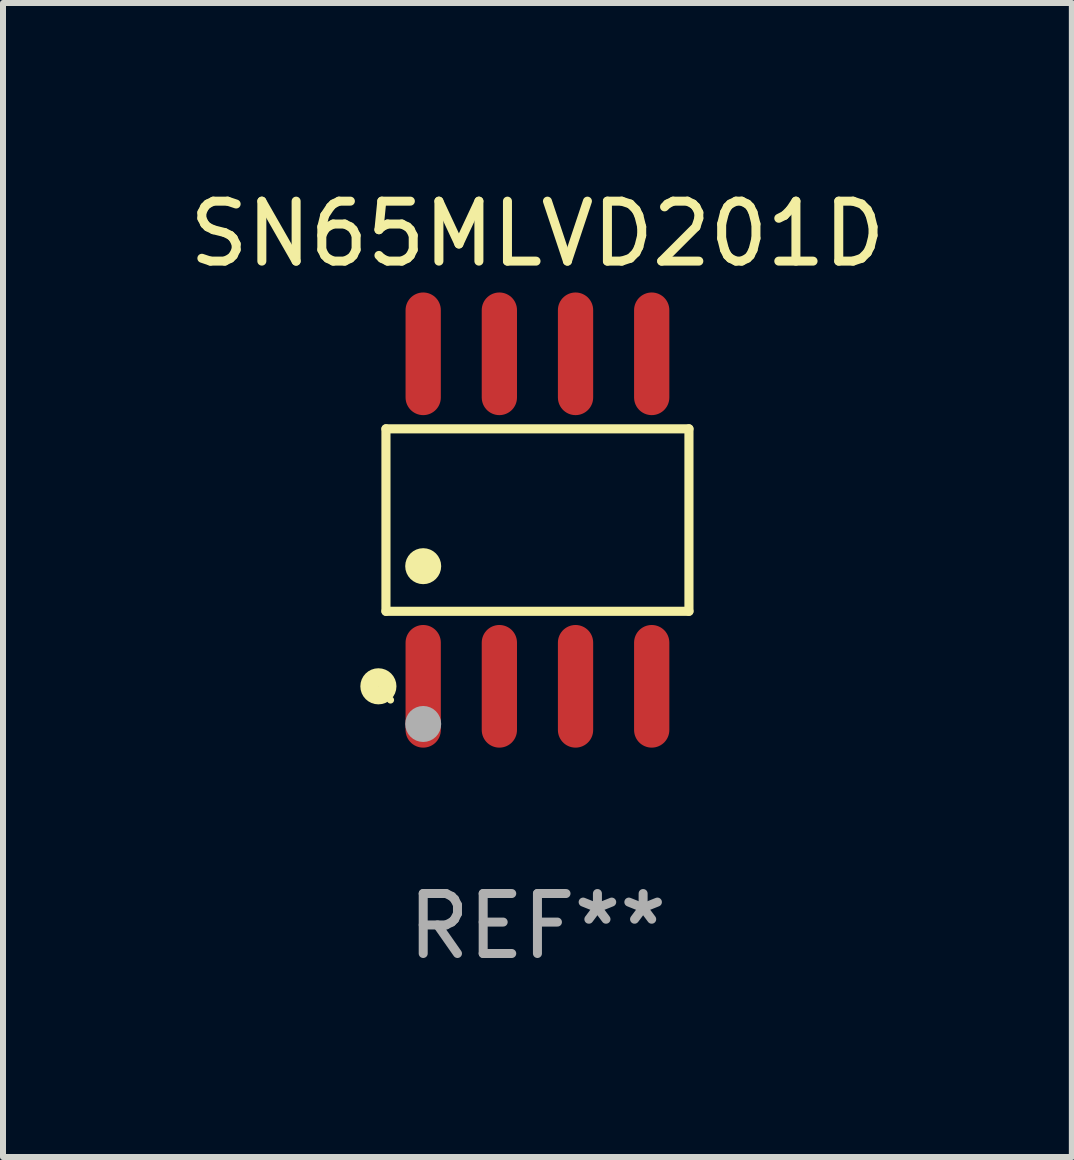
<source format=kicad_pcb>
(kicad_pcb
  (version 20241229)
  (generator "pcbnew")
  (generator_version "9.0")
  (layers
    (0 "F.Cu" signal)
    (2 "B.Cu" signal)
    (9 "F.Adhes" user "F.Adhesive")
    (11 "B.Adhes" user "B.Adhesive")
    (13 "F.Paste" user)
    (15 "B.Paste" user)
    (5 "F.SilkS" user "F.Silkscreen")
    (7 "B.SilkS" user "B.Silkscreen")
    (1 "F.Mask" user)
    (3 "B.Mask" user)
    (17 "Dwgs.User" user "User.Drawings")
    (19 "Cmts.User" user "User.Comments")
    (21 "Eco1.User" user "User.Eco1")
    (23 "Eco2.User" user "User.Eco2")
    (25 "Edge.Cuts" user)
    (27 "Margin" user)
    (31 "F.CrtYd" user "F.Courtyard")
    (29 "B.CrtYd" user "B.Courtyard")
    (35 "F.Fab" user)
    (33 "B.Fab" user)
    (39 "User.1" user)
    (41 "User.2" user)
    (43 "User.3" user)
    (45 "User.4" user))
  (footprint "SN65MLVD201D"
    (layer "F.Cu")
    (at 5.911 5.621)
    (property "Reference" "SN65MLVD201D" (at 0 -4.772 0) (layer "F.SilkS") (effects (font (size 1 1) (thickness 0.15))))
    (attr through_hole)
    (fp_line (start -2.526 -1.521) (end 2.526 -1.521) (stroke (width 0.152) (type solid)) (layer "F.SilkS"))
    (fp_line (start -2.526 1.521) (end -2.526 -1.521) (stroke (width 0.152) (type solid)) (layer "F.SilkS"))
    (fp_line (start 2.526 -1.521) (end 2.526 1.521) (stroke (width 0.152) (type solid)) (layer "F.SilkS"))
    (fp_line (start 2.526 1.521) (end -2.526 1.521) (stroke (width 0.152) (type solid)) (layer "F.SilkS"))
    (fp_circle (center -2.652 2.772) (end -2.501 2.772) (stroke (width 0.3) (type solid)) (fill no) (layer "F.SilkS"))
    (fp_circle (center -2.45 3) (end -2.42 3) (stroke (width 0.06) (type solid)) (fill no) (layer "F.SilkS"))
    (fp_circle (center -1.905 0.769) (end -1.755 0.769) (stroke (width 0.3) (type solid)) (fill no) (layer "F.SilkS"))
    (fp_circle (center -1.905 3.4) (end -1.755 3.4) (stroke (width 0.3) (type solid)) (fill no) (layer "F.Fab"))
    (fp_text user "REF**" (at 0 6.772 0) (layer "F.Fab") (effects (font (size 1 1) (thickness 0.15))))
    (pad "1" smd oval (at -1.905 2.772) (size 0.588 2.045) (layers "F.Cu" "F.Mask" "F.Paste"))
    (pad "2" smd oval (at -0.635 2.772) (size 0.588 2.045) (layers "F.Cu" "F.Mask" "F.Paste"))
    (pad "3" smd oval (at 0.635 2.772) (size 0.588 2.045) (layers "F.Cu" "F.Mask" "F.Paste"))
    (pad "4" smd oval (at 1.905 2.772) (size 0.588 2.045) (layers "F.Cu" "F.Mask" "F.Paste"))
    (pad "5" smd oval (at 1.905 -2.772) (size 0.588 2.045) (layers "F.Cu" "F.Mask" "F.Paste"))
    (pad "6" smd oval (at 0.635 -2.772) (size 0.588 2.045) (layers "F.Cu" "F.Mask" "F.Paste"))
    (pad "7" smd oval (at -0.635 -2.772) (size 0.588 2.045) (layers "F.Cu" "F.Mask" "F.Paste"))
    (pad "8" smd oval (at -1.905 -2.772) (size 0.588 2.045) (layers "F.Cu" "F.Mask" "F.Paste")))
  (gr_rect
    (start -3 -3)
    (end 14.821 16.241)
    (stroke (width 0.1) (type default))
    (fill no)
    (layer "Edge.Cuts")))
</source>
